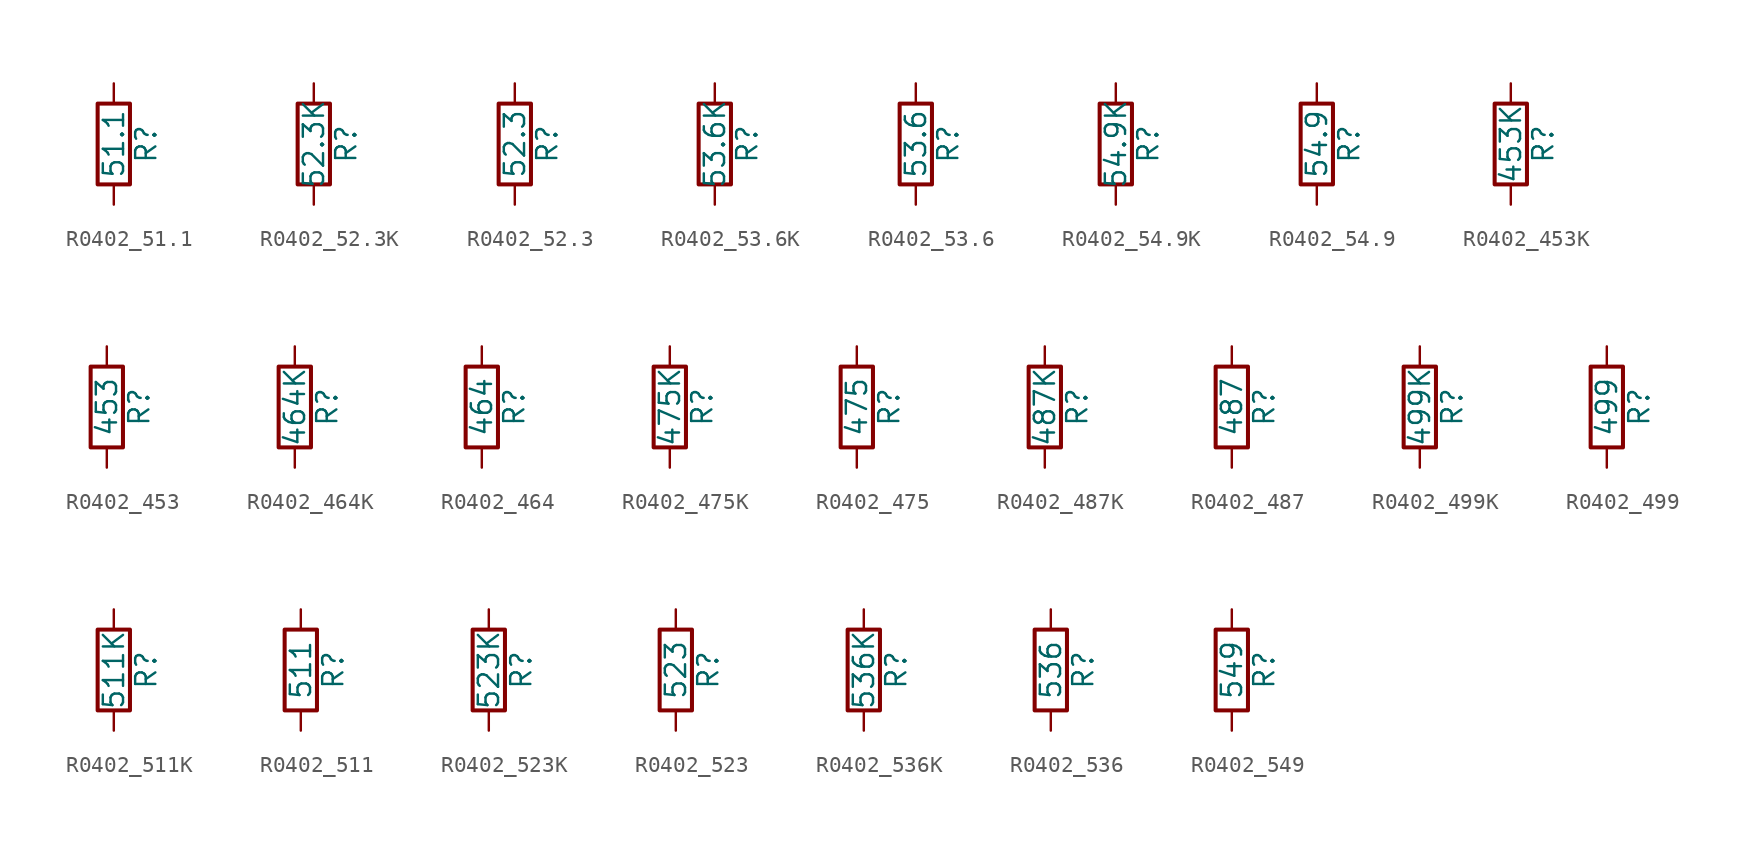
<source format=kicad_sym>
(kicad_symbol_lib
  (version 20211014)
  (generator atlantix-eda)
  (symbol "R0402_51.1"
    (pin_numbers hide)
    (pin_names
      (offset 0))
    (property "Reference" "R"
      (at 2.032 0 90)
      (effects (font (size 1.27 1.27))))
    (property "Value" "51.1"
      (at 0 0 90)
      (effects (font (size 1.27 1.27))))
    (symbol "R0402_51.1_0_1"
      (rectangle (start -1.016 -2.54) (end 1.016 2.54) (stroke (width 0.254) (type default) (color 0 0 0 0)) (fill (type none))))
    (symbol "R0402_51.1_1_1"
      (pin passive line (at 0 3.81 270) (length 1.27) (name "~" (effects (font (size 1.27 1.27)))) (number "1" (effects (font (size 1.27 1.27)))))
      (pin passive line (at 0 -3.81 90) (length 1.27) (name "~" (effects (font (size 1.27 1.27)))) (number "2" (effects (font (size 1.27 1.27)))))))
  (symbol "R0402_52.3K"
    (pin_numbers hide)
    (pin_names
      (offset 0))
    (property "Reference" "R"
      (at 2.032 0 90)
      (effects (font (size 1.27 1.27))))
    (property "Value" "52.3K"
      (at 0 0 90)
      (effects (font (size 1.27 1.27))))
    (symbol "R0402_52.3K_0_1"
      (rectangle (start -1.016 -2.54) (end 1.016 2.54) (stroke (width 0.254) (type default) (color 0 0 0 0)) (fill (type none))))
    (symbol "R0402_52.3K_1_1"
      (pin passive line (at 0 3.81 270) (length 1.27) (name "~" (effects (font (size 1.27 1.27)))) (number "1" (effects (font (size 1.27 1.27)))))
      (pin passive line (at 0 -3.81 90) (length 1.27) (name "~" (effects (font (size 1.27 1.27)))) (number "2" (effects (font (size 1.27 1.27)))))))
  (symbol "R0402_52.3"
    (pin_numbers hide)
    (pin_names
      (offset 0))
    (property "Reference" "R"
      (at 2.032 0 90)
      (effects (font (size 1.27 1.27))))
    (property "Value" "52.3"
      (at 0 0 90)
      (effects (font (size 1.27 1.27))))
    (symbol "R0402_52.3_0_1"
      (rectangle (start -1.016 -2.54) (end 1.016 2.54) (stroke (width 0.254) (type default) (color 0 0 0 0)) (fill (type none))))
    (symbol "R0402_52.3_1_1"
      (pin passive line (at 0 3.81 270) (length 1.27) (name "~" (effects (font (size 1.27 1.27)))) (number "1" (effects (font (size 1.27 1.27)))))
      (pin passive line (at 0 -3.81 90) (length 1.27) (name "~" (effects (font (size 1.27 1.27)))) (number "2" (effects (font (size 1.27 1.27)))))))
  (symbol "R0402_53.6K"
    (pin_numbers hide)
    (pin_names
      (offset 0))
    (property "Reference" "R"
      (at 2.032 0 90)
      (effects (font (size 1.27 1.27))))
    (property "Value" "53.6K"
      (at 0 0 90)
      (effects (font (size 1.27 1.27))))
    (symbol "R0402_53.6K_0_1"
      (rectangle (start -1.016 -2.54) (end 1.016 2.54) (stroke (width 0.254) (type default) (color 0 0 0 0)) (fill (type none))))
    (symbol "R0402_53.6K_1_1"
      (pin passive line (at 0 3.81 270) (length 1.27) (name "~" (effects (font (size 1.27 1.27)))) (number "1" (effects (font (size 1.27 1.27)))))
      (pin passive line (at 0 -3.81 90) (length 1.27) (name "~" (effects (font (size 1.27 1.27)))) (number "2" (effects (font (size 1.27 1.27)))))))
  (symbol "R0402_53.6"
    (pin_numbers hide)
    (pin_names
      (offset 0))
    (property "Reference" "R"
      (at 2.032 0 90)
      (effects (font (size 1.27 1.27))))
    (property "Value" "53.6"
      (at 0 0 90)
      (effects (font (size 1.27 1.27))))
    (symbol "R0402_53.6_0_1"
      (rectangle (start -1.016 -2.54) (end 1.016 2.54) (stroke (width 0.254) (type default) (color 0 0 0 0)) (fill (type none))))
    (symbol "R0402_53.6_1_1"
      (pin passive line (at 0 3.81 270) (length 1.27) (name "~" (effects (font (size 1.27 1.27)))) (number "1" (effects (font (size 1.27 1.27)))))
      (pin passive line (at 0 -3.81 90) (length 1.27) (name "~" (effects (font (size 1.27 1.27)))) (number "2" (effects (font (size 1.27 1.27)))))))
  (symbol "R0402_54.9K"
    (pin_numbers hide)
    (pin_names
      (offset 0))
    (property "Reference" "R"
      (at 2.032 0 90)
      (effects (font (size 1.27 1.27))))
    (property "Value" "54.9K"
      (at 0 0 90)
      (effects (font (size 1.27 1.27))))
    (symbol "R0402_54.9K_0_1"
      (rectangle (start -1.016 -2.54) (end 1.016 2.54) (stroke (width 0.254) (type default) (color 0 0 0 0)) (fill (type none))))
    (symbol "R0402_54.9K_1_1"
      (pin passive line (at 0 3.81 270) (length 1.27) (name "~" (effects (font (size 1.27 1.27)))) (number "1" (effects (font (size 1.27 1.27)))))
      (pin passive line (at 0 -3.81 90) (length 1.27) (name "~" (effects (font (size 1.27 1.27)))) (number "2" (effects (font (size 1.27 1.27)))))))
  (symbol "R0402_54.9"
    (pin_numbers hide)
    (pin_names
      (offset 0))
    (property "Reference" "R"
      (at 2.032 0 90)
      (effects (font (size 1.27 1.27))))
    (property "Value" "54.9"
      (at 0 0 90)
      (effects (font (size 1.27 1.27))))
    (symbol "R0402_54.9_0_1"
      (rectangle (start -1.016 -2.54) (end 1.016 2.54) (stroke (width 0.254) (type default) (color 0 0 0 0)) (fill (type none))))
    (symbol "R0402_54.9_1_1"
      (pin passive line (at 0 3.81 270) (length 1.27) (name "~" (effects (font (size 1.27 1.27)))) (number "1" (effects (font (size 1.27 1.27)))))
      (pin passive line (at 0 -3.81 90) (length 1.27) (name "~" (effects (font (size 1.27 1.27)))) (number "2" (effects (font (size 1.27 1.27)))))))
  (symbol "R0402_453K"
    (pin_numbers hide)
    (pin_names
      (offset 0))
    (property "Reference" "R"
      (at 2.032 0 90)
      (effects (font (size 1.27 1.27))))
    (property "Value" "453K"
      (at 0 0 90)
      (effects (font (size 1.27 1.27))))
    (symbol "R0402_453K_0_1"
      (rectangle (start -1.016 -2.54) (end 1.016 2.54) (stroke (width 0.254) (type default) (color 0 0 0 0)) (fill (type none))))
    (symbol "R0402_453K_1_1"
      (pin passive line (at 0 3.81 270) (length 1.27) (name "~" (effects (font (size 1.27 1.27)))) (number "1" (effects (font (size 1.27 1.27)))))
      (pin passive line (at 0 -3.81 90) (length 1.27) (name "~" (effects (font (size 1.27 1.27)))) (number "2" (effects (font (size 1.27 1.27)))))))
  (symbol "R0402_453"
    (pin_numbers hide)
    (pin_names
      (offset 0))
    (property "Reference" "R"
      (at 2.032 0 90)
      (effects (font (size 1.27 1.27))))
    (property "Value" "453"
      (at 0 0 90)
      (effects (font (size 1.27 1.27))))
    (symbol "R0402_453_0_1"
      (rectangle (start -1.016 -2.54) (end 1.016 2.54) (stroke (width 0.254) (type default) (color 0 0 0 0)) (fill (type none))))
    (symbol "R0402_453_1_1"
      (pin passive line (at 0 3.81 270) (length 1.27) (name "~" (effects (font (size 1.27 1.27)))) (number "1" (effects (font (size 1.27 1.27)))))
      (pin passive line (at 0 -3.81 90) (length 1.27) (name "~" (effects (font (size 1.27 1.27)))) (number "2" (effects (font (size 1.27 1.27)))))))
  (symbol "R0402_464K"
    (pin_numbers hide)
    (pin_names
      (offset 0))
    (property "Reference" "R"
      (at 2.032 0 90)
      (effects (font (size 1.27 1.27))))
    (property "Value" "464K"
      (at 0 0 90)
      (effects (font (size 1.27 1.27))))
    (symbol "R0402_464K_0_1"
      (rectangle (start -1.016 -2.54) (end 1.016 2.54) (stroke (width 0.254) (type default) (color 0 0 0 0)) (fill (type none))))
    (symbol "R0402_464K_1_1"
      (pin passive line (at 0 3.81 270) (length 1.27) (name "~" (effects (font (size 1.27 1.27)))) (number "1" (effects (font (size 1.27 1.27)))))
      (pin passive line (at 0 -3.81 90) (length 1.27) (name "~" (effects (font (size 1.27 1.27)))) (number "2" (effects (font (size 1.27 1.27)))))))
  (symbol "R0402_464"
    (pin_numbers hide)
    (pin_names
      (offset 0))
    (property "Reference" "R"
      (at 2.032 0 90)
      (effects (font (size 1.27 1.27))))
    (property "Value" "464"
      (at 0 0 90)
      (effects (font (size 1.27 1.27))))
    (symbol "R0402_464_0_1"
      (rectangle (start -1.016 -2.54) (end 1.016 2.54) (stroke (width 0.254) (type default) (color 0 0 0 0)) (fill (type none))))
    (symbol "R0402_464_1_1"
      (pin passive line (at 0 3.81 270) (length 1.27) (name "~" (effects (font (size 1.27 1.27)))) (number "1" (effects (font (size 1.27 1.27)))))
      (pin passive line (at 0 -3.81 90) (length 1.27) (name "~" (effects (font (size 1.27 1.27)))) (number "2" (effects (font (size 1.27 1.27)))))))
  (symbol "R0402_475K"
    (pin_numbers hide)
    (pin_names
      (offset 0))
    (property "Reference" "R"
      (at 2.032 0 90)
      (effects (font (size 1.27 1.27))))
    (property "Value" "475K"
      (at 0 0 90)
      (effects (font (size 1.27 1.27))))
    (symbol "R0402_475K_0_1"
      (rectangle (start -1.016 -2.54) (end 1.016 2.54) (stroke (width 0.254) (type default) (color 0 0 0 0)) (fill (type none))))
    (symbol "R0402_475K_1_1"
      (pin passive line (at 0 3.81 270) (length 1.27) (name "~" (effects (font (size 1.27 1.27)))) (number "1" (effects (font (size 1.27 1.27)))))
      (pin passive line (at 0 -3.81 90) (length 1.27) (name "~" (effects (font (size 1.27 1.27)))) (number "2" (effects (font (size 1.27 1.27)))))))
  (symbol "R0402_475"
    (pin_numbers hide)
    (pin_names
      (offset 0))
    (property "Reference" "R"
      (at 2.032 0 90)
      (effects (font (size 1.27 1.27))))
    (property "Value" "475"
      (at 0 0 90)
      (effects (font (size 1.27 1.27))))
    (symbol "R0402_475_0_1"
      (rectangle (start -1.016 -2.54) (end 1.016 2.54) (stroke (width 0.254) (type default) (color 0 0 0 0)) (fill (type none))))
    (symbol "R0402_475_1_1"
      (pin passive line (at 0 3.81 270) (length 1.27) (name "~" (effects (font (size 1.27 1.27)))) (number "1" (effects (font (size 1.27 1.27)))))
      (pin passive line (at 0 -3.81 90) (length 1.27) (name "~" (effects (font (size 1.27 1.27)))) (number "2" (effects (font (size 1.27 1.27)))))))
  (symbol "R0402_487K"
    (pin_numbers hide)
    (pin_names
      (offset 0))
    (property "Reference" "R"
      (at 2.032 0 90)
      (effects (font (size 1.27 1.27))))
    (property "Value" "487K"
      (at 0 0 90)
      (effects (font (size 1.27 1.27))))
    (symbol "R0402_487K_0_1"
      (rectangle (start -1.016 -2.54) (end 1.016 2.54) (stroke (width 0.254) (type default) (color 0 0 0 0)) (fill (type none))))
    (symbol "R0402_487K_1_1"
      (pin passive line (at 0 3.81 270) (length 1.27) (name "~" (effects (font (size 1.27 1.27)))) (number "1" (effects (font (size 1.27 1.27)))))
      (pin passive line (at 0 -3.81 90) (length 1.27) (name "~" (effects (font (size 1.27 1.27)))) (number "2" (effects (font (size 1.27 1.27)))))))
  (symbol "R0402_487"
    (pin_numbers hide)
    (pin_names
      (offset 0))
    (property "Reference" "R"
      (at 2.032 0 90)
      (effects (font (size 1.27 1.27))))
    (property "Value" "487"
      (at 0 0 90)
      (effects (font (size 1.27 1.27))))
    (symbol "R0402_487_0_1"
      (rectangle (start -1.016 -2.54) (end 1.016 2.54) (stroke (width 0.254) (type default) (color 0 0 0 0)) (fill (type none))))
    (symbol "R0402_487_1_1"
      (pin passive line (at 0 3.81 270) (length 1.27) (name "~" (effects (font (size 1.27 1.27)))) (number "1" (effects (font (size 1.27 1.27)))))
      (pin passive line (at 0 -3.81 90) (length 1.27) (name "~" (effects (font (size 1.27 1.27)))) (number "2" (effects (font (size 1.27 1.27)))))))
  (symbol "R0402_499K"
    (pin_numbers hide)
    (pin_names
      (offset 0))
    (property "Reference" "R"
      (at 2.032 0 90)
      (effects (font (size 1.27 1.27))))
    (property "Value" "499K"
      (at 0 0 90)
      (effects (font (size 1.27 1.27))))
    (symbol "R0402_499K_0_1"
      (rectangle (start -1.016 -2.54) (end 1.016 2.54) (stroke (width 0.254) (type default) (color 0 0 0 0)) (fill (type none))))
    (symbol "R0402_499K_1_1"
      (pin passive line (at 0 3.81 270) (length 1.27) (name "~" (effects (font (size 1.27 1.27)))) (number "1" (effects (font (size 1.27 1.27)))))
      (pin passive line (at 0 -3.81 90) (length 1.27) (name "~" (effects (font (size 1.27 1.27)))) (number "2" (effects (font (size 1.27 1.27)))))))
  (symbol "R0402_499"
    (pin_numbers hide)
    (pin_names
      (offset 0))
    (property "Reference" "R"
      (at 2.032 0 90)
      (effects (font (size 1.27 1.27))))
    (property "Value" "499"
      (at 0 0 90)
      (effects (font (size 1.27 1.27))))
    (symbol "R0402_499_0_1"
      (rectangle (start -1.016 -2.54) (end 1.016 2.54) (stroke (width 0.254) (type default) (color 0 0 0 0)) (fill (type none))))
    (symbol "R0402_499_1_1"
      (pin passive line (at 0 3.81 270) (length 1.27) (name "~" (effects (font (size 1.27 1.27)))) (number "1" (effects (font (size 1.27 1.27)))))
      (pin passive line (at 0 -3.81 90) (length 1.27) (name "~" (effects (font (size 1.27 1.27)))) (number "2" (effects (font (size 1.27 1.27)))))))
  (symbol "R0402_511K"
    (pin_numbers hide)
    (pin_names
      (offset 0))
    (property "Reference" "R"
      (at 2.032 0 90)
      (effects (font (size 1.27 1.27))))
    (property "Value" "511K"
      (at 0 0 90)
      (effects (font (size 1.27 1.27))))
    (symbol "R0402_511K_0_1"
      (rectangle (start -1.016 -2.54) (end 1.016 2.54) (stroke (width 0.254) (type default) (color 0 0 0 0)) (fill (type none))))
    (symbol "R0402_511K_1_1"
      (pin passive line (at 0 3.81 270) (length 1.27) (name "~" (effects (font (size 1.27 1.27)))) (number "1" (effects (font (size 1.27 1.27)))))
      (pin passive line (at 0 -3.81 90) (length 1.27) (name "~" (effects (font (size 1.27 1.27)))) (number "2" (effects (font (size 1.27 1.27)))))))
  (symbol "R0402_511"
    (pin_numbers hide)
    (pin_names
      (offset 0))
    (property "Reference" "R"
      (at 2.032 0 90)
      (effects (font (size 1.27 1.27))))
    (property "Value" "511"
      (at 0 0 90)
      (effects (font (size 1.27 1.27))))
    (symbol "R0402_511_0_1"
      (rectangle (start -1.016 -2.54) (end 1.016 2.54) (stroke (width 0.254) (type default) (color 0 0 0 0)) (fill (type none))))
    (symbol "R0402_511_1_1"
      (pin passive line (at 0 3.81 270) (length 1.27) (name "~" (effects (font (size 1.27 1.27)))) (number "1" (effects (font (size 1.27 1.27)))))
      (pin passive line (at 0 -3.81 90) (length 1.27) (name "~" (effects (font (size 1.27 1.27)))) (number "2" (effects (font (size 1.27 1.27)))))))
  (symbol "R0402_523K"
    (pin_numbers hide)
    (pin_names
      (offset 0))
    (property "Reference" "R"
      (at 2.032 0 90)
      (effects (font (size 1.27 1.27))))
    (property "Value" "523K"
      (at 0 0 90)
      (effects (font (size 1.27 1.27))))
    (symbol "R0402_523K_0_1"
      (rectangle (start -1.016 -2.54) (end 1.016 2.54) (stroke (width 0.254) (type default) (color 0 0 0 0)) (fill (type none))))
    (symbol "R0402_523K_1_1"
      (pin passive line (at 0 3.81 270) (length 1.27) (name "~" (effects (font (size 1.27 1.27)))) (number "1" (effects (font (size 1.27 1.27)))))
      (pin passive line (at 0 -3.81 90) (length 1.27) (name "~" (effects (font (size 1.27 1.27)))) (number "2" (effects (font (size 1.27 1.27)))))))
  (symbol "R0402_523"
    (pin_numbers hide)
    (pin_names
      (offset 0))
    (property "Reference" "R"
      (at 2.032 0 90)
      (effects (font (size 1.27 1.27))))
    (property "Value" "523"
      (at 0 0 90)
      (effects (font (size 1.27 1.27))))
    (symbol "R0402_523_0_1"
      (rectangle (start -1.016 -2.54) (end 1.016 2.54) (stroke (width 0.254) (type default) (color 0 0 0 0)) (fill (type none))))
    (symbol "R0402_523_1_1"
      (pin passive line (at 0 3.81 270) (length 1.27) (name "~" (effects (font (size 1.27 1.27)))) (number "1" (effects (font (size 1.27 1.27)))))
      (pin passive line (at 0 -3.81 90) (length 1.27) (name "~" (effects (font (size 1.27 1.27)))) (number "2" (effects (font (size 1.27 1.27)))))))
  (symbol "R0402_536K"
    (pin_numbers hide)
    (pin_names
      (offset 0))
    (property "Reference" "R"
      (at 2.032 0 90)
      (effects (font (size 1.27 1.27))))
    (property "Value" "536K"
      (at 0 0 90)
      (effects (font (size 1.27 1.27))))
    (symbol "R0402_536K_0_1"
      (rectangle (start -1.016 -2.54) (end 1.016 2.54) (stroke (width 0.254) (type default) (color 0 0 0 0)) (fill (type none))))
    (symbol "R0402_536K_1_1"
      (pin passive line (at 0 3.81 270) (length 1.27) (name "~" (effects (font (size 1.27 1.27)))) (number "1" (effects (font (size 1.27 1.27)))))
      (pin passive line (at 0 -3.81 90) (length 1.27) (name "~" (effects (font (size 1.27 1.27)))) (number "2" (effects (font (size 1.27 1.27)))))))
  (symbol "R0402_536"
    (pin_numbers hide)
    (pin_names
      (offset 0))
    (property "Reference" "R"
      (at 2.032 0 90)
      (effects (font (size 1.27 1.27))))
    (property "Value" "536"
      (at 0 0 90)
      (effects (font (size 1.27 1.27))))
    (symbol "R0402_536_0_1"
      (rectangle (start -1.016 -2.54) (end 1.016 2.54) (stroke (width 0.254) (type default) (color 0 0 0 0)) (fill (type none))))
    (symbol "R0402_536_1_1"
      (pin passive line (at 0 3.81 270) (length 1.27) (name "~" (effects (font (size 1.27 1.27)))) (number "1" (effects (font (size 1.27 1.27)))))
      (pin passive line (at 0 -3.81 90) (length 1.27) (name "~" (effects (font (size 1.27 1.27)))) (number "2" (effects (font (size 1.27 1.27)))))))
  (symbol "R0402_549"
    (pin_numbers hide)
    (pin_names
      (offset 0))
    (property "Reference" "R"
      (at 2.032 0 90)
      (effects (font (size 1.27 1.27))))
    (property "Value" "549"
      (at 0 0 90)
      (effects (font (size 1.27 1.27))))
    (symbol "R0402_549_0_1"
      (rectangle (start -1.016 -2.54) (end 1.016 2.54) (stroke (width 0.254) (type default) (color 0 0 0 0)) (fill (type none))))
    (symbol "R0402_549_1_1"
      (pin passive line (at 0 3.81 270) (length 1.27) (name "~" (effects (font (size 1.27 1.27)))) (number "1" (effects (font (size 1.27 1.27)))))
      (pin passive line (at 0 -3.81 90) (length 1.27) (name "~" (effects (font (size 1.27 1.27)))) (number "2" (effects (font (size 1.27 1.27))))))))
</source>
